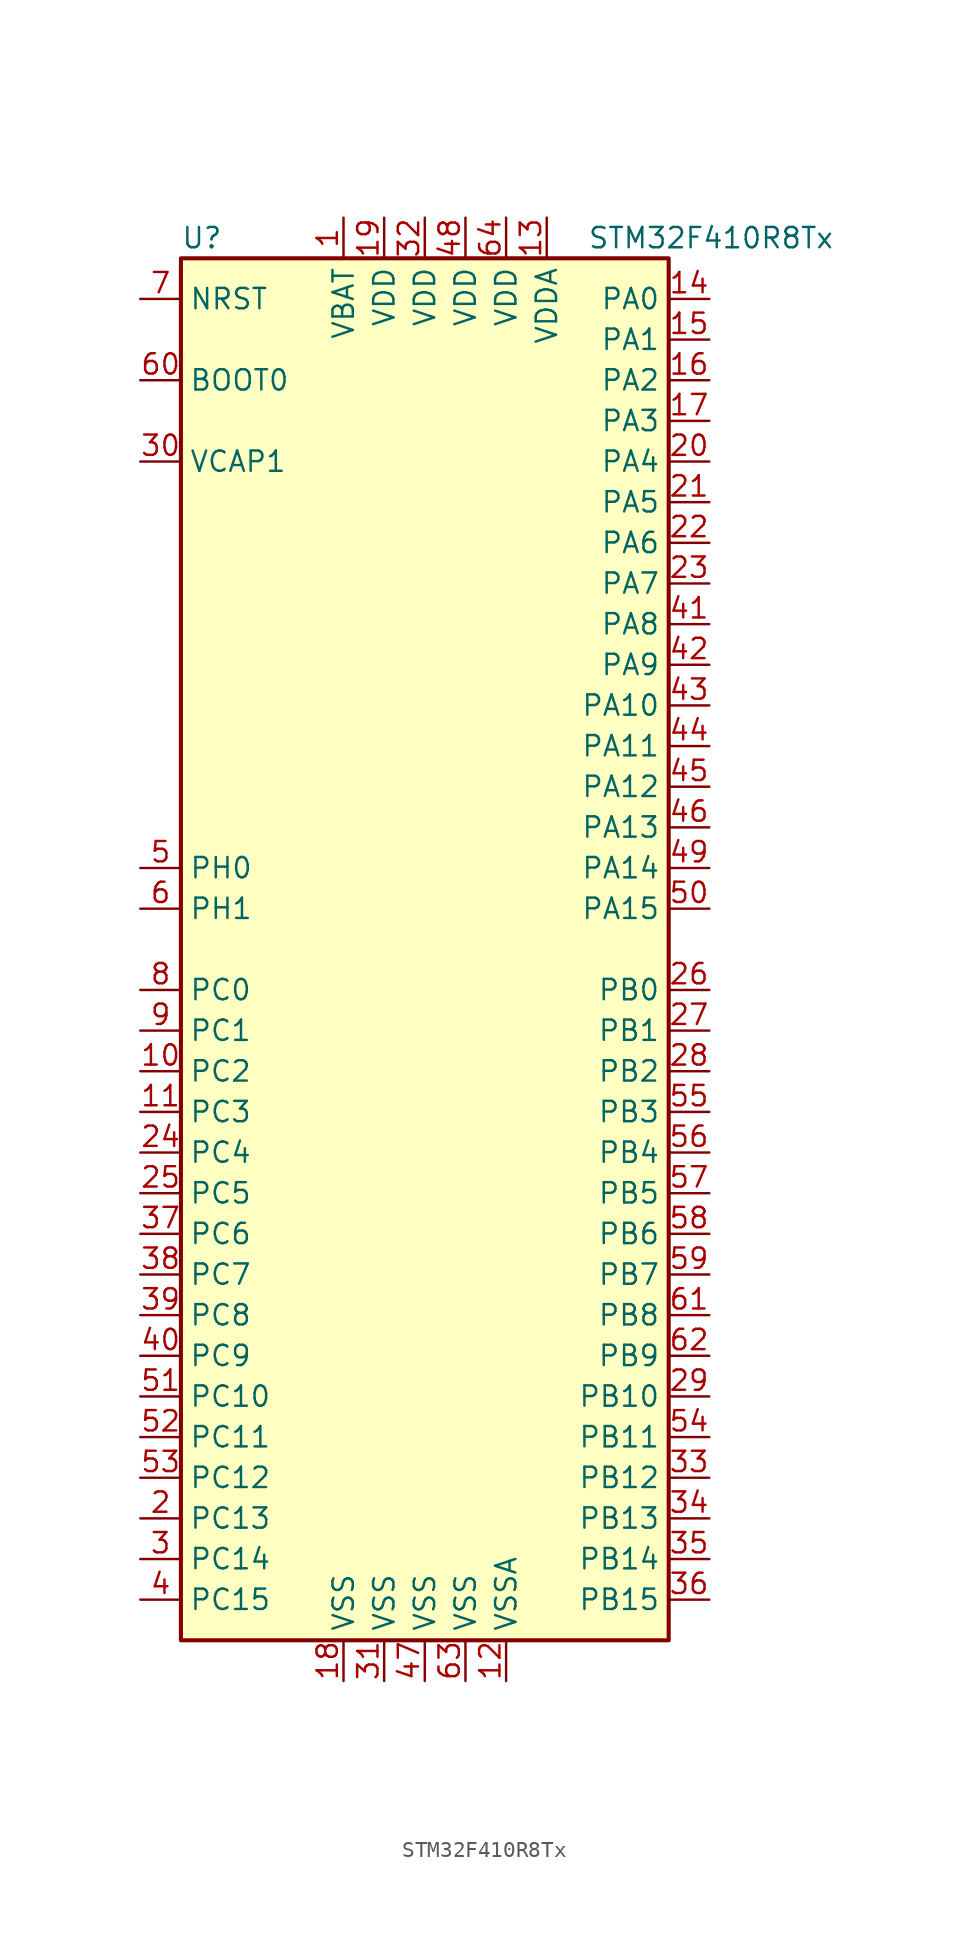
<source format=kicad_sym>
(kicad_symbol_lib
  (version 20201005)
  (generator kicad_symbol_editor)
  (symbol "STM32F410R8Tx"
    (property "Reference" "U"
      (at -15.24 44.45 0)
      (effects (font (size 1.27 1.27)) (justify left)))
    (property "Value" "STM32F410R8Tx"
      (at 10.16 44.45 0)
      (effects (font (size 1.27 1.27)) (justify left)))
    (symbol "STM32F410R8Tx_0_1"
      (rectangle (start -15.24 -43.18) (end 15.24 43.18) (stroke (width 0.254)) (fill (type background))))
    (symbol "STM32F410R8Tx_1_1"
      (pin power_in line (at -5.08 45.72 270) (length 2.54) (name "VBAT" (effects (font (size 1.27 1.27)))) (number "1" (effects (font (size 1.27 1.27)))))
      (pin bidirectional line (at -17.78 -7.62 0) (length 2.54) (name "PC2" (effects (font (size 1.27 1.27)))) (number "10" (effects (font (size 1.27 1.27)))))
      (pin bidirectional line (at -17.78 -10.16 0) (length 2.54) (name "PC3" (effects (font (size 1.27 1.27)))) (number "11" (effects (font (size 1.27 1.27)))))
      (pin power_in line (at 5.08 -45.72 90) (length 2.54) (name "VSSA" (effects (font (size 1.27 1.27)))) (number "12" (effects (font (size 1.27 1.27)))))
      (pin power_in line (at 7.62 45.72 270) (length 2.54) (name "VDDA" (effects (font (size 1.27 1.27)))) (number "13" (effects (font (size 1.27 1.27)))))
      (pin bidirectional line (at 17.78 40.64 180) (length 2.54) (name "PA0" (effects (font (size 1.27 1.27)))) (number "14" (effects (font (size 1.27 1.27)))))
      (pin bidirectional line (at 17.78 38.1 180) (length 2.54) (name "PA1" (effects (font (size 1.27 1.27)))) (number "15" (effects (font (size 1.27 1.27)))))
      (pin bidirectional line (at 17.78 35.56 180) (length 2.54) (name "PA2" (effects (font (size 1.27 1.27)))) (number "16" (effects (font (size 1.27 1.27)))))
      (pin bidirectional line (at 17.78 33.02 180) (length 2.54) (name "PA3" (effects (font (size 1.27 1.27)))) (number "17" (effects (font (size 1.27 1.27)))))
      (pin power_in line (at -5.08 -45.72 90) (length 2.54) (name "VSS" (effects (font (size 1.27 1.27)))) (number "18" (effects (font (size 1.27 1.27)))))
      (pin power_in line (at -2.54 45.72 270) (length 2.54) (name "VDD" (effects (font (size 1.27 1.27)))) (number "19" (effects (font (size 1.27 1.27)))))
      (pin bidirectional line (at -17.78 -35.56 0) (length 2.54) (name "PC13" (effects (font (size 1.27 1.27)))) (number "2" (effects (font (size 1.27 1.27)))))
      (pin bidirectional line (at 17.78 30.48 180) (length 2.54) (name "PA4" (effects (font (size 1.27 1.27)))) (number "20" (effects (font (size 1.27 1.27)))))
      (pin bidirectional line (at 17.78 27.94 180) (length 2.54) (name "PA5" (effects (font (size 1.27 1.27)))) (number "21" (effects (font (size 1.27 1.27)))))
      (pin bidirectional line (at 17.78 25.4 180) (length 2.54) (name "PA6" (effects (font (size 1.27 1.27)))) (number "22" (effects (font (size 1.27 1.27)))))
      (pin bidirectional line (at 17.78 22.86 180) (length 2.54) (name "PA7" (effects (font (size 1.27 1.27)))) (number "23" (effects (font (size 1.27 1.27)))))
      (pin bidirectional line (at -17.78 -12.7 0) (length 2.54) (name "PC4" (effects (font (size 1.27 1.27)))) (number "24" (effects (font (size 1.27 1.27)))))
      (pin bidirectional line (at -17.78 -15.24 0) (length 2.54) (name "PC5" (effects (font (size 1.27 1.27)))) (number "25" (effects (font (size 1.27 1.27)))))
      (pin bidirectional line (at 17.78 -2.54 180) (length 2.54) (name "PB0" (effects (font (size 1.27 1.27)))) (number "26" (effects (font (size 1.27 1.27)))))
      (pin bidirectional line (at 17.78 -5.08 180) (length 2.54) (name "PB1" (effects (font (size 1.27 1.27)))) (number "27" (effects (font (size 1.27 1.27)))))
      (pin bidirectional line (at 17.78 -7.62 180) (length 2.54) (name "PB2" (effects (font (size 1.27 1.27)))) (number "28" (effects (font (size 1.27 1.27)))))
      (pin bidirectional line (at 17.78 -27.94 180) (length 2.54) (name "PB10" (effects (font (size 1.27 1.27)))) (number "29" (effects (font (size 1.27 1.27)))))
      (pin bidirectional line (at -17.78 -38.1 0) (length 2.54) (name "PC14" (effects (font (size 1.27 1.27)))) (number "3" (effects (font (size 1.27 1.27)))))
      (pin power_in line (at -17.78 30.48 0) (length 2.54) (name "VCAP1" (effects (font (size 1.27 1.27)))) (number "30" (effects (font (size 1.27 1.27)))))
      (pin power_in line (at -2.54 -45.72 90) (length 2.54) (name "VSS" (effects (font (size 1.27 1.27)))) (number "31" (effects (font (size 1.27 1.27)))))
      (pin power_in line (at 0 45.72 270) (length 2.54) (name "VDD" (effects (font (size 1.27 1.27)))) (number "32" (effects (font (size 1.27 1.27)))))
      (pin bidirectional line (at 17.78 -33.02 180) (length 2.54) (name "PB12" (effects (font (size 1.27 1.27)))) (number "33" (effects (font (size 1.27 1.27)))))
      (pin bidirectional line (at 17.78 -35.56 180) (length 2.54) (name "PB13" (effects (font (size 1.27 1.27)))) (number "34" (effects (font (size 1.27 1.27)))))
      (pin bidirectional line (at 17.78 -38.1 180) (length 2.54) (name "PB14" (effects (font (size 1.27 1.27)))) (number "35" (effects (font (size 1.27 1.27)))))
      (pin bidirectional line (at 17.78 -40.64 180) (length 2.54) (name "PB15" (effects (font (size 1.27 1.27)))) (number "36" (effects (font (size 1.27 1.27)))))
      (pin bidirectional line (at -17.78 -17.78 0) (length 2.54) (name "PC6" (effects (font (size 1.27 1.27)))) (number "37" (effects (font (size 1.27 1.27)))))
      (pin bidirectional line (at -17.78 -20.32 0) (length 2.54) (name "PC7" (effects (font (size 1.27 1.27)))) (number "38" (effects (font (size 1.27 1.27)))))
      (pin bidirectional line (at -17.78 -22.86 0) (length 2.54) (name "PC8" (effects (font (size 1.27 1.27)))) (number "39" (effects (font (size 1.27 1.27)))))
      (pin bidirectional line (at -17.78 -40.64 0) (length 2.54) (name "PC15" (effects (font (size 1.27 1.27)))) (number "4" (effects (font (size 1.27 1.27)))))
      (pin bidirectional line (at -17.78 -25.4 0) (length 2.54) (name "PC9" (effects (font (size 1.27 1.27)))) (number "40" (effects (font (size 1.27 1.27)))))
      (pin bidirectional line (at 17.78 20.32 180) (length 2.54) (name "PA8" (effects (font (size 1.27 1.27)))) (number "41" (effects (font (size 1.27 1.27)))))
      (pin bidirectional line (at 17.78 17.78 180) (length 2.54) (name "PA9" (effects (font (size 1.27 1.27)))) (number "42" (effects (font (size 1.27 1.27)))))
      (pin bidirectional line (at 17.78 15.24 180) (length 2.54) (name "PA10" (effects (font (size 1.27 1.27)))) (number "43" (effects (font (size 1.27 1.27)))))
      (pin bidirectional line (at 17.78 12.7 180) (length 2.54) (name "PA11" (effects (font (size 1.27 1.27)))) (number "44" (effects (font (size 1.27 1.27)))))
      (pin bidirectional line (at 17.78 10.16 180) (length 2.54) (name "PA12" (effects (font (size 1.27 1.27)))) (number "45" (effects (font (size 1.27 1.27)))))
      (pin bidirectional line (at 17.78 7.62 180) (length 2.54) (name "PA13" (effects (font (size 1.27 1.27)))) (number "46" (effects (font (size 1.27 1.27)))))
      (pin power_in line (at 0 -45.72 90) (length 2.54) (name "VSS" (effects (font (size 1.27 1.27)))) (number "47" (effects (font (size 1.27 1.27)))))
      (pin power_in line (at 2.54 45.72 270) (length 2.54) (name "VDD" (effects (font (size 1.27 1.27)))) (number "48" (effects (font (size 1.27 1.27)))))
      (pin bidirectional line (at 17.78 5.08 180) (length 2.54) (name "PA14" (effects (font (size 1.27 1.27)))) (number "49" (effects (font (size 1.27 1.27)))))
      (pin input line (at -17.78 5.08 0) (length 2.54) (name "PH0" (effects (font (size 1.27 1.27)))) (number "5" (effects (font (size 1.27 1.27)))))
      (pin bidirectional line (at 17.78 2.54 180) (length 2.54) (name "PA15" (effects (font (size 1.27 1.27)))) (number "50" (effects (font (size 1.27 1.27)))))
      (pin bidirectional line (at -17.78 -27.94 0) (length 2.54) (name "PC10" (effects (font (size 1.27 1.27)))) (number "51" (effects (font (size 1.27 1.27)))))
      (pin bidirectional line (at -17.78 -30.48 0) (length 2.54) (name "PC11" (effects (font (size 1.27 1.27)))) (number "52" (effects (font (size 1.27 1.27)))))
      (pin bidirectional line (at -17.78 -33.02 0) (length 2.54) (name "PC12" (effects (font (size 1.27 1.27)))) (number "53" (effects (font (size 1.27 1.27)))))
      (pin bidirectional line (at 17.78 -30.48 180) (length 2.54) (name "PB11" (effects (font (size 1.27 1.27)))) (number "54" (effects (font (size 1.27 1.27)))))
      (pin bidirectional line (at 17.78 -10.16 180) (length 2.54) (name "PB3" (effects (font (size 1.27 1.27)))) (number "55" (effects (font (size 1.27 1.27)))))
      (pin bidirectional line (at 17.78 -12.7 180) (length 2.54) (name "PB4" (effects (font (size 1.27 1.27)))) (number "56" (effects (font (size 1.27 1.27)))))
      (pin bidirectional line (at 17.78 -15.24 180) (length 2.54) (name "PB5" (effects (font (size 1.27 1.27)))) (number "57" (effects (font (size 1.27 1.27)))))
      (pin bidirectional line (at 17.78 -17.78 180) (length 2.54) (name "PB6" (effects (font (size 1.27 1.27)))) (number "58" (effects (font (size 1.27 1.27)))))
      (pin bidirectional line (at 17.78 -20.32 180) (length 2.54) (name "PB7" (effects (font (size 1.27 1.27)))) (number "59" (effects (font (size 1.27 1.27)))))
      (pin input line (at -17.78 2.54 0) (length 2.54) (name "PH1" (effects (font (size 1.27 1.27)))) (number "6" (effects (font (size 1.27 1.27)))))
      (pin input line (at -17.78 35.56 0) (length 2.54) (name "BOOT0" (effects (font (size 1.27 1.27)))) (number "60" (effects (font (size 1.27 1.27)))))
      (pin bidirectional line (at 17.78 -22.86 180) (length 2.54) (name "PB8" (effects (font (size 1.27 1.27)))) (number "61" (effects (font (size 1.27 1.27)))))
      (pin bidirectional line (at 17.78 -25.4 180) (length 2.54) (name "PB9" (effects (font (size 1.27 1.27)))) (number "62" (effects (font (size 1.27 1.27)))))
      (pin power_in line (at 2.54 -45.72 90) (length 2.54) (name "VSS" (effects (font (size 1.27 1.27)))) (number "63" (effects (font (size 1.27 1.27)))))
      (pin power_in line (at 5.08 45.72 270) (length 2.54) (name "VDD" (effects (font (size 1.27 1.27)))) (number "64" (effects (font (size 1.27 1.27)))))
      (pin input line (at -17.78 40.64 0) (length 2.54) (name "NRST" (effects (font (size 1.27 1.27)))) (number "7" (effects (font (size 1.27 1.27)))))
      (pin bidirectional line (at -17.78 -2.54 0) (length 2.54) (name "PC0" (effects (font (size 1.27 1.27)))) (number "8" (effects (font (size 1.27 1.27)))))
      (pin bidirectional line (at -17.78 -5.08 0) (length 2.54) (name "PC1" (effects (font (size 1.27 1.27)))) (number "9" (effects (font (size 1.27 1.27))))))))
</source>
